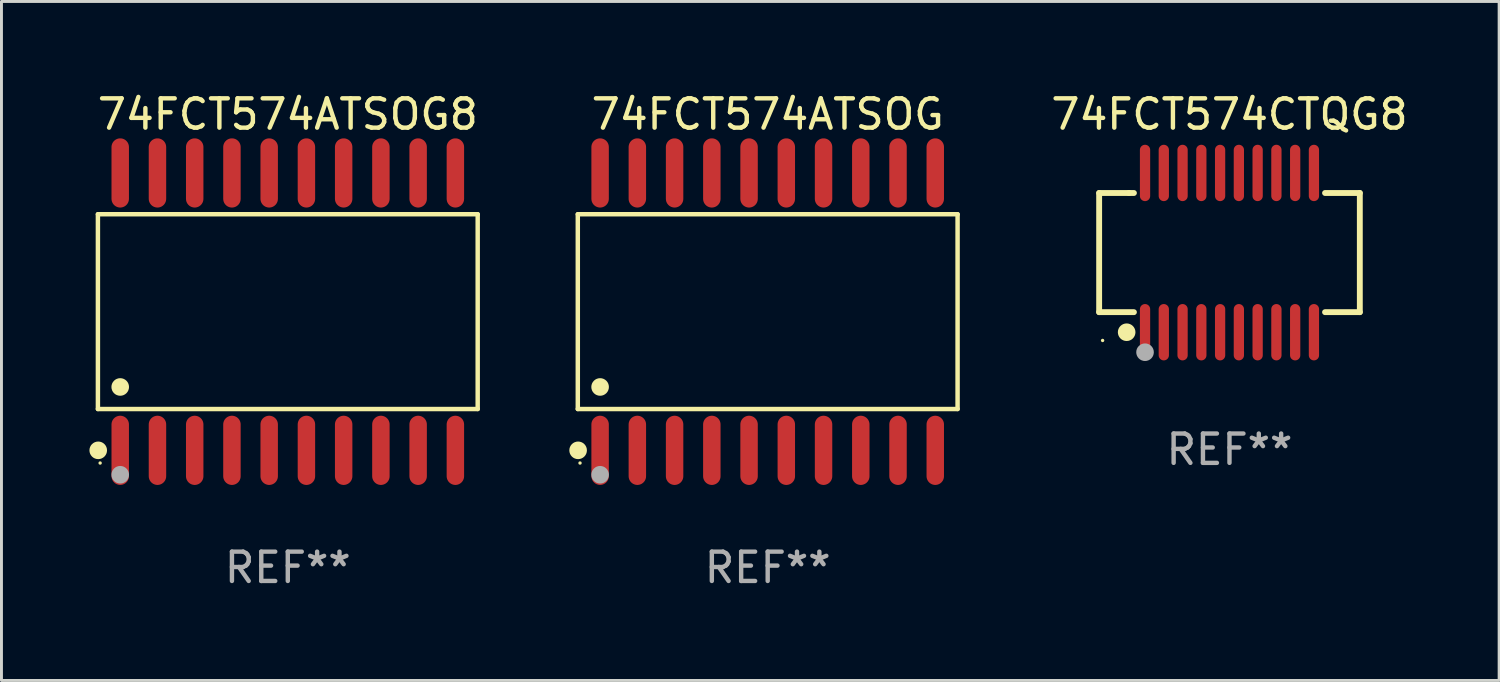
<source format=kicad_pcb>
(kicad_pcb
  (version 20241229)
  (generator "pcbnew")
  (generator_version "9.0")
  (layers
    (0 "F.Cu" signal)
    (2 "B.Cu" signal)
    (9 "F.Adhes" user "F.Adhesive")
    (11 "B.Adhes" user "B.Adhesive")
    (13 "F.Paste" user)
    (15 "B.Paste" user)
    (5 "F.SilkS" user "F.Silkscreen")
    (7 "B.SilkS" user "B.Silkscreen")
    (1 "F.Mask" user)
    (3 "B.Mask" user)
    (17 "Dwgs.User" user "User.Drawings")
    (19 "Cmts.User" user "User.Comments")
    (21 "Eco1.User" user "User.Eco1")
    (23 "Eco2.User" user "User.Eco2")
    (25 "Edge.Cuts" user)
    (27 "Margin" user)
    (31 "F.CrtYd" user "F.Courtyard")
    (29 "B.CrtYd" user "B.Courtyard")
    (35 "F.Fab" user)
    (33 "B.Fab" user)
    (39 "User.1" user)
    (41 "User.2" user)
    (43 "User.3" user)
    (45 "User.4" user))
  (footprint "74FCT574ATSOG"
    (layer "F.Cu")
    (at 23.131 7.578)
    (property "Reference" "74FCT574ATSOG" (at 0 -6.73 0) (layer "F.SilkS") (effects (font (size 1 1) (thickness 0.15))))
    (attr through_hole)
    (fp_line (start -6.476 -3.321) (end 6.476 -3.321) (stroke (width 0.152) (type solid)) (layer "F.SilkS"))
    (fp_line (start -6.476 3.321) (end -6.476 -3.321) (stroke (width 0.152) (type solid)) (layer "F.SilkS"))
    (fp_line (start 6.476 -3.321) (end 6.476 3.321) (stroke (width 0.152) (type solid)) (layer "F.SilkS"))
    (fp_line (start 6.476 3.321) (end -6.476 3.321) (stroke (width 0.152) (type solid)) (layer "F.SilkS"))
    (fp_circle (center -6.465 4.73) (end -6.315 4.73) (stroke (width 0.3) (type solid)) (fill no) (layer "F.SilkS"))
    (fp_circle (center -6.4 5.163) (end -6.37 5.163) (stroke (width 0.06) (type solid)) (fill no) (layer "F.SilkS"))
    (fp_circle (center -5.715 2.569) (end -5.565 2.569) (stroke (width 0.3) (type solid)) (fill no) (layer "F.SilkS"))
    (fp_circle (center -5.715 5.563) (end -5.565 5.563) (stroke (width 0.3) (type solid)) (fill no) (layer "F.Fab"))
    (fp_text user "REF**" (at 0 8.73 0) (layer "F.Fab") (effects (font (size 1 1) (thickness 0.15))))
    (pad "1" smd oval (at -5.715 4.73) (size 0.595 2.36) (layers "F.Cu" "F.Mask" "F.Paste"))
    (pad "2" smd oval (at -4.445 4.73) (size 0.595 2.36) (layers "F.Cu" "F.Mask" "F.Paste"))
    (pad "3" smd oval (at -3.175 4.73) (size 0.595 2.36) (layers "F.Cu" "F.Mask" "F.Paste"))
    (pad "4" smd oval (at -1.905 4.73) (size 0.595 2.36) (layers "F.Cu" "F.Mask" "F.Paste"))
    (pad "5" smd oval (at -0.635 4.73) (size 0.595 2.36) (layers "F.Cu" "F.Mask" "F.Paste"))
    (pad "6" smd oval (at 0.635 4.73) (size 0.595 2.36) (layers "F.Cu" "F.Mask" "F.Paste"))
    (pad "7" smd oval (at 1.905 4.73) (size 0.595 2.36) (layers "F.Cu" "F.Mask" "F.Paste"))
    (pad "8" smd oval (at 3.175 4.73) (size 0.595 2.36) (layers "F.Cu" "F.Mask" "F.Paste"))
    (pad "9" smd oval (at 4.445 4.73) (size 0.595 2.36) (layers "F.Cu" "F.Mask" "F.Paste"))
    (pad "10" smd oval (at 5.715 4.73) (size 0.595 2.36) (layers "F.Cu" "F.Mask" "F.Paste"))
    (pad "11" smd oval (at 5.715 -4.73) (size 0.595 2.36) (layers "F.Cu" "F.Mask" "F.Paste"))
    (pad "12" smd oval (at 4.445 -4.73) (size 0.595 2.36) (layers "F.Cu" "F.Mask" "F.Paste"))
    (pad "13" smd oval (at 3.175 -4.73) (size 0.595 2.36) (layers "F.Cu" "F.Mask" "F.Paste"))
    (pad "14" smd oval (at 1.905 -4.73) (size 0.595 2.36) (layers "F.Cu" "F.Mask" "F.Paste"))
    (pad "15" smd oval (at 0.635 -4.73) (size 0.595 2.36) (layers "F.Cu" "F.Mask" "F.Paste"))
    (pad "16" smd oval (at -0.635 -4.73) (size 0.595 2.36) (layers "F.Cu" "F.Mask" "F.Paste"))
    (pad "17" smd oval (at -1.905 -4.73) (size 0.595 2.36) (layers "F.Cu" "F.Mask" "F.Paste"))
    (pad "18" smd oval (at -3.175 -4.73) (size 0.595 2.36) (layers "F.Cu" "F.Mask" "F.Paste"))
    (pad "19" smd oval (at -4.445 -4.73) (size 0.595 2.36) (layers "F.Cu" "F.Mask" "F.Paste"))
    (pad "20" smd oval (at -5.715 -4.73) (size 0.595 2.36) (layers "F.Cu" "F.Mask" "F.Paste")))
  (footprint "74FCT574ATSOG8"
    (layer "F.Cu")
    (at 6.765 7.578)
    (property "Reference" "74FCT574ATSOG8" (at 0 -6.73 0) (layer "F.SilkS") (effects (font (size 1 1) (thickness 0.15))))
    (attr through_hole)
    (fp_line (start -6.476 -3.321) (end 6.476 -3.321) (stroke (width 0.152) (type solid)) (layer "F.SilkS"))
    (fp_line (start -6.476 3.321) (end -6.476 -3.321) (stroke (width 0.152) (type solid)) (layer "F.SilkS"))
    (fp_line (start 6.476 -3.321) (end 6.476 3.321) (stroke (width 0.152) (type solid)) (layer "F.SilkS"))
    (fp_line (start 6.476 3.321) (end -6.476 3.321) (stroke (width 0.152) (type solid)) (layer "F.SilkS"))
    (fp_circle (center -6.465 4.73) (end -6.315 4.73) (stroke (width 0.3) (type solid)) (fill no) (layer "F.SilkS"))
    (fp_circle (center -6.4 5.163) (end -6.37 5.163) (stroke (width 0.06) (type solid)) (fill no) (layer "F.SilkS"))
    (fp_circle (center -5.715 2.569) (end -5.565 2.569) (stroke (width 0.3) (type solid)) (fill no) (layer "F.SilkS"))
    (fp_circle (center -5.715 5.563) (end -5.565 5.563) (stroke (width 0.3) (type solid)) (fill no) (layer "F.Fab"))
    (fp_text user "REF**" (at 0 8.73 0) (layer "F.Fab") (effects (font (size 1 1) (thickness 0.15))))
    (pad "1" smd oval (at -5.715 4.73) (size 0.595 2.36) (layers "F.Cu" "F.Mask" "F.Paste"))
    (pad "2" smd oval (at -4.445 4.73) (size 0.595 2.36) (layers "F.Cu" "F.Mask" "F.Paste"))
    (pad "3" smd oval (at -3.175 4.73) (size 0.595 2.36) (layers "F.Cu" "F.Mask" "F.Paste"))
    (pad "4" smd oval (at -1.905 4.73) (size 0.595 2.36) (layers "F.Cu" "F.Mask" "F.Paste"))
    (pad "5" smd oval (at -0.635 4.73) (size 0.595 2.36) (layers "F.Cu" "F.Mask" "F.Paste"))
    (pad "6" smd oval (at 0.635 4.73) (size 0.595 2.36) (layers "F.Cu" "F.Mask" "F.Paste"))
    (pad "7" smd oval (at 1.905 4.73) (size 0.595 2.36) (layers "F.Cu" "F.Mask" "F.Paste"))
    (pad "8" smd oval (at 3.175 4.73) (size 0.595 2.36) (layers "F.Cu" "F.Mask" "F.Paste"))
    (pad "9" smd oval (at 4.445 4.73) (size 0.595 2.36) (layers "F.Cu" "F.Mask" "F.Paste"))
    (pad "10" smd oval (at 5.715 4.73) (size 0.595 2.36) (layers "F.Cu" "F.Mask" "F.Paste"))
    (pad "11" smd oval (at 5.715 -4.73) (size 0.595 2.36) (layers "F.Cu" "F.Mask" "F.Paste"))
    (pad "12" smd oval (at 4.445 -4.73) (size 0.595 2.36) (layers "F.Cu" "F.Mask" "F.Paste"))
    (pad "13" smd oval (at 3.175 -4.73) (size 0.595 2.36) (layers "F.Cu" "F.Mask" "F.Paste"))
    (pad "14" smd oval (at 1.905 -4.73) (size 0.595 2.36) (layers "F.Cu" "F.Mask" "F.Paste"))
    (pad "15" smd oval (at 0.635 -4.73) (size 0.595 2.36) (layers "F.Cu" "F.Mask" "F.Paste"))
    (pad "16" smd oval (at -0.635 -4.73) (size 0.595 2.36) (layers "F.Cu" "F.Mask" "F.Paste"))
    (pad "17" smd oval (at -1.905 -4.73) (size 0.595 2.36) (layers "F.Cu" "F.Mask" "F.Paste"))
    (pad "18" smd oval (at -3.175 -4.73) (size 0.595 2.36) (layers "F.Cu" "F.Mask" "F.Paste"))
    (pad "19" smd oval (at -4.445 -4.73) (size 0.595 2.36) (layers "F.Cu" "F.Mask" "F.Paste"))
    (pad "20" smd oval (at -5.715 -4.73) (size 0.595 2.36) (layers "F.Cu" "F.Mask" "F.Paste")))
  (footprint "74FCT574CTQG8"
    (layer "F.Cu")
    (at 38.88 5.564)
    (property "Reference" "74FCT574CTQG8" (at 0 -4.716 0) (layer "F.SilkS") (effects (font (size 1 1) (thickness 0.15))))
    (attr through_hole)
    (fp_line (start -4.445 -2.032) (end -4.445 2.032) (stroke (width 0.2) (type solid)) (layer "F.SilkS"))
    (fp_line (start -4.445 2.032) (end -3.259 2.032) (stroke (width 0.2) (type solid)) (layer "F.SilkS"))
    (fp_line (start -3.429 -2.032) (end -4.445 -2.032) (stroke (width 0.2) (type solid)) (layer "F.SilkS"))
    (fp_line (start -3.259 -2.032) (end -3.429 -2.032) (stroke (width 0.2) (type solid)) (layer "F.SilkS"))
    (fp_line (start 3.259 2.032) (end 4.445 2.032) (stroke (width 0.2) (type solid)) (layer "F.SilkS"))
    (fp_line (start 4.445 -2.032) (end 3.259 -2.032) (stroke (width 0.2) (type solid)) (layer "F.SilkS"))
    (fp_line (start 4.445 2.032) (end 4.445 -2.032) (stroke (width 0.2) (type solid)) (layer "F.SilkS"))
    (fp_circle (center -4.327 2.997) (end -4.297 2.997) (stroke (width 0.06) (type solid)) (fill no) (layer "F.SilkS"))
    (fp_circle (center -3.507 2.716) (end -3.357 2.716) (stroke (width 0.3) (type solid)) (fill no) (layer "F.SilkS"))
    (fp_circle (center -2.88 3.398) (end -2.73 3.398) (stroke (width 0.3) (type solid)) (fill no) (layer "F.Fab"))
    (fp_text user "REF**" (at 0 6.716 0) (layer "F.Fab") (effects (font (size 1 1) (thickness 0.15))))
    (pad "1" smd oval (at -2.88 2.716) (size 0.35 1.922) (layers "F.Cu" "F.Mask" "F.Paste"))
    (pad "2" smd oval (at -2.24 2.716) (size 0.35 1.922) (layers "F.Cu" "F.Mask" "F.Paste"))
    (pad "3" smd oval (at -1.6 2.716) (size 0.35 1.922) (layers "F.Cu" "F.Mask" "F.Paste"))
    (pad "4" smd oval (at -0.96 2.716) (size 0.35 1.922) (layers "F.Cu" "F.Mask" "F.Paste"))
    (pad "5" smd oval (at -0.32 2.716) (size 0.35 1.922) (layers "F.Cu" "F.Mask" "F.Paste"))
    (pad "6" smd oval (at 0.32 2.716) (size 0.35 1.922) (layers "F.Cu" "F.Mask" "F.Paste"))
    (pad "7" smd oval (at 0.96 2.716) (size 0.35 1.922) (layers "F.Cu" "F.Mask" "F.Paste"))
    (pad "8" smd oval (at 1.6 2.716) (size 0.35 1.922) (layers "F.Cu" "F.Mask" "F.Paste"))
    (pad "9" smd oval (at 2.24 2.716) (size 0.35 1.922) (layers "F.Cu" "F.Mask" "F.Paste"))
    (pad "10" smd oval (at 2.88 2.716) (size 0.35 1.922) (layers "F.Cu" "F.Mask" "F.Paste"))
    (pad "11" smd oval (at 2.88 -2.716) (size 0.35 1.922) (layers "F.Cu" "F.Mask" "F.Paste"))
    (pad "12" smd oval (at 2.24 -2.716) (size 0.35 1.922) (layers "F.Cu" "F.Mask" "F.Paste"))
    (pad "13" smd oval (at 1.6 -2.716) (size 0.35 1.922) (layers "F.Cu" "F.Mask" "F.Paste"))
    (pad "14" smd oval (at 0.96 -2.716) (size 0.35 1.922) (layers "F.Cu" "F.Mask" "F.Paste"))
    (pad "15" smd oval (at 0.32 -2.716) (size 0.35 1.922) (layers "F.Cu" "F.Mask" "F.Paste"))
    (pad "16" smd oval (at -0.32 -2.716) (size 0.35 1.922) (layers "F.Cu" "F.Mask" "F.Paste"))
    (pad "17" smd oval (at -0.96 -2.716) (size 0.35 1.922) (layers "F.Cu" "F.Mask" "F.Paste"))
    (pad "18" smd oval (at -1.6 -2.716) (size 0.35 1.922) (layers "F.Cu" "F.Mask" "F.Paste"))
    (pad "19" smd oval (at -2.24 -2.716) (size 0.35 1.922) (layers "F.Cu" "F.Mask" "F.Paste"))
    (pad "20" smd oval (at -2.88 -2.716) (size 0.35 1.922) (layers "F.Cu" "F.Mask" "F.Paste")))
  (gr_rect
    (start -3 -3)
    (end 48.076 20.156)
    (stroke (width 0.1) (type default))
    (fill no)
    (layer "Edge.Cuts")))
</source>
